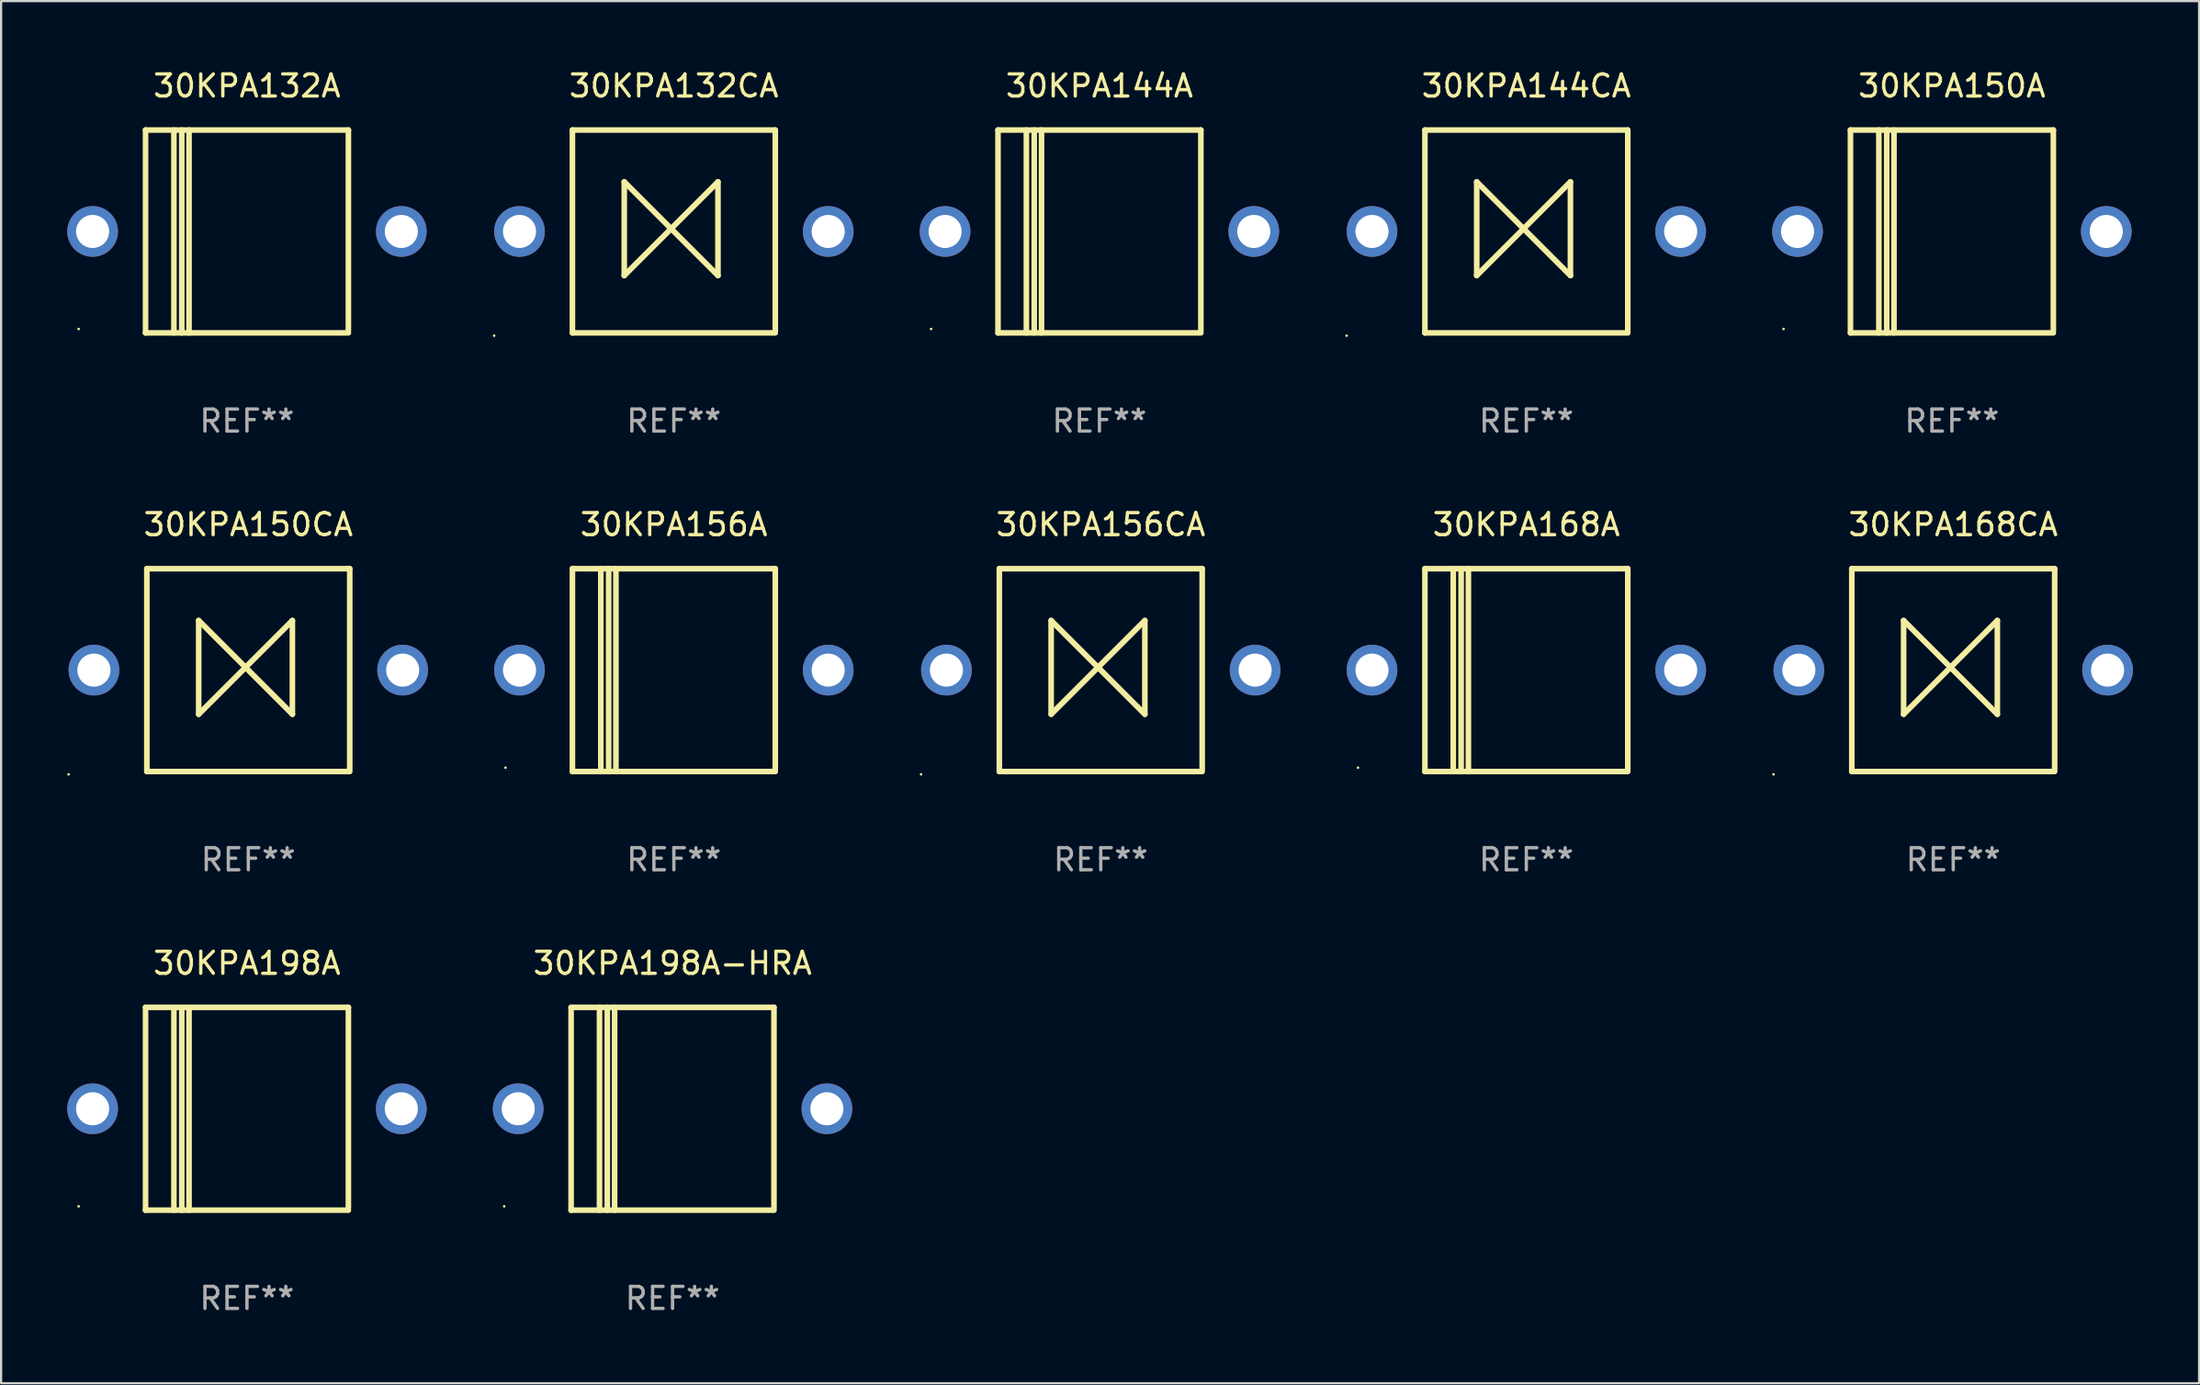
<source format=kicad_pcb>
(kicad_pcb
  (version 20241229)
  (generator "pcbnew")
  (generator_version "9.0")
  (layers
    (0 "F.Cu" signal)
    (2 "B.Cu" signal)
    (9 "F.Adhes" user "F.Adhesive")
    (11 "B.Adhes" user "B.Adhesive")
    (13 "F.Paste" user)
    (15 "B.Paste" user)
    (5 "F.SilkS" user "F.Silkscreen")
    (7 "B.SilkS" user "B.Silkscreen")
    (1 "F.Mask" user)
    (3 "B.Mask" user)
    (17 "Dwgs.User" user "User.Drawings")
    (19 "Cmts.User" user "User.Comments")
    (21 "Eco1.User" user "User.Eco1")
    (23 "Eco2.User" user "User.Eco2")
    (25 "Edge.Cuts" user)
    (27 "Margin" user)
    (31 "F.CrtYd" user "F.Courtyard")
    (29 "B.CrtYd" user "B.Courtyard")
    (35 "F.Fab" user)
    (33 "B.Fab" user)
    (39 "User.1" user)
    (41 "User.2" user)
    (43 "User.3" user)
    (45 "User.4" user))
  (footprint "30KPA132A"
    (layer "F.Cu")
    (at 8.15 7.448)
    (property "Reference" "30KPA132A" (at 0 -6.6 0) (layer "F.SilkS") (effects (font (size 1 1) (thickness 0.15))))
    (attr through_hole)
    (fp_line (start -4.6 -4.6) (end -4.6 4.6) (stroke (width 0.254) (type solid)) (layer "F.SilkS"))
    (fp_line (start -4.6 -4.6) (end 4.6 -4.6) (stroke (width 0.254) (type solid)) (layer "F.SilkS"))
    (fp_line (start -4.6 4.6) (end 4.6 4.6) (stroke (width 0.254) (type solid)) (layer "F.SilkS"))
    (fp_line (start -3.313 -4.6) (end -3.313 4.6) (stroke (width 0.254) (type solid)) (layer "F.SilkS"))
    (fp_line (start -2.957 -4.6) (end -2.957 4.6) (stroke (width 0.254) (type solid)) (layer "F.SilkS"))
    (fp_line (start -2.627 -4.6) (end -2.627 4.6) (stroke (width 0.254) (type solid)) (layer "F.SilkS"))
    (fp_line (start 4.6 -4.6) (end 4.6 4.5) (stroke (width 0.254) (type solid)) (layer "F.SilkS"))
    (fp_circle (center -7.635 4.425) (end -7.605 4.425) (stroke (width 0.06) (type solid)) (fill no) (layer "F.SilkS"))
    (fp_text user "REF**" (at 0 8.6 0) (layer "F.Fab") (effects (font (size 1 1) (thickness 0.15))))
    (pad "1" thru_hole circle (at -7 0) (size 2.3 2.3) (drill 1.5) (layers "*.Cu" "*.Mask"))
    (pad "2" thru_hole circle (at 7 0) (size 2.3 2.3) (drill 1.5) (layers "*.Cu" "*.Mask")))
  (footprint "30KPA144CA"
    (layer "F.Cu")
    (at 66.17 7.448)
    (property "Reference" "30KPA144CA" (at 0 -6.6 0) (layer "F.SilkS") (effects (font (size 1 1) (thickness 0.15))))
    (attr through_hole)
    (fp_line (start -4.6 -4.6) (end -4.6 4.6) (stroke (width 0.254) (type solid)) (layer "F.SilkS"))
    (fp_line (start -4.6 -4.6) (end 4.6 -4.6) (stroke (width 0.254) (type solid)) (layer "F.SilkS"))
    (fp_line (start -4.6 4.6) (end 4.6 4.6) (stroke (width 0.254) (type solid)) (layer "F.SilkS"))
    (fp_line (start -2.25 -2.25) (end -2.25 2) (stroke (width 0.254) (type solid)) (layer "F.SilkS"))
    (fp_line (start -2.25 2) (end 2 -2.25) (stroke (width 0.254) (type solid)) (layer "F.SilkS"))
    (fp_line (start 2 -2.25) (end 2 2) (stroke (width 0.254) (type solid)) (layer "F.SilkS"))
    (fp_line (start 2 2) (end -2.25 -2.25) (stroke (width 0.254) (type solid)) (layer "F.SilkS"))
    (fp_line (start 4.6 -4.6) (end 4.6 4.5) (stroke (width 0.254) (type solid)) (layer "F.SilkS"))
    (fp_circle (center -8.15 4.727) (end -8.12 4.727) (stroke (width 0.06) (type solid)) (fill no) (layer "F.SilkS"))
    (fp_text user "REF**" (at 0 8.6 0) (layer "F.Fab") (effects (font (size 1 1) (thickness 0.15))))
    (pad "1" thru_hole circle (at -7 0) (size 2.3 2.3) (drill 1.5) (layers "*.Cu" "*.Mask"))
    (pad "2" thru_hole circle (at 7 0) (size 2.3 2.3) (drill 1.5) (layers "*.Cu" "*.Mask")))
  (footprint "30KPA168CA"
    (layer "F.Cu")
    (at 85.53 27.345)
    (property "Reference" "30KPA168CA" (at 0 -6.6 0) (layer "F.SilkS") (effects (font (size 1 1) (thickness 0.15))))
    (attr through_hole)
    (fp_line (start -4.6 -4.6) (end -4.6 4.6) (stroke (width 0.254) (type solid)) (layer "F.SilkS"))
    (fp_line (start -4.6 -4.6) (end 4.6 -4.6) (stroke (width 0.254) (type solid)) (layer "F.SilkS"))
    (fp_line (start -4.6 4.6) (end 4.6 4.6) (stroke (width 0.254) (type solid)) (layer "F.SilkS"))
    (fp_line (start -2.25 -2.25) (end -2.25 2) (stroke (width 0.254) (type solid)) (layer "F.SilkS"))
    (fp_line (start -2.25 2) (end 2 -2.25) (stroke (width 0.254) (type solid)) (layer "F.SilkS"))
    (fp_line (start 2 -2.25) (end 2 2) (stroke (width 0.254) (type solid)) (layer "F.SilkS"))
    (fp_line (start 2 2) (end -2.25 -2.25) (stroke (width 0.254) (type solid)) (layer "F.SilkS"))
    (fp_line (start 4.6 -4.6) (end 4.6 4.5) (stroke (width 0.254) (type solid)) (layer "F.SilkS"))
    (fp_circle (center -8.15 4.727) (end -8.12 4.727) (stroke (width 0.06) (type solid)) (fill no) (layer "F.SilkS"))
    (fp_text user "REF**" (at 0 8.6 0) (layer "F.Fab") (effects (font (size 1 1) (thickness 0.15))))
    (pad "1" thru_hole circle (at -7 0) (size 2.3 2.3) (drill 1.5) (layers "*.Cu" "*.Mask"))
    (pad "2" thru_hole circle (at 7 0) (size 2.3 2.3) (drill 1.5) (layers "*.Cu" "*.Mask")))
  (footprint "30KPA156CA"
    (layer "F.Cu")
    (at 46.87 27.345)
    (property "Reference" "30KPA156CA" (at 0 -6.6 0) (layer "F.SilkS") (effects (font (size 1 1) (thickness 0.15))))
    (attr through_hole)
    (fp_line (start -4.6 -4.6) (end -4.6 4.6) (stroke (width 0.254) (type solid)) (layer "F.SilkS"))
    (fp_line (start -4.6 -4.6) (end 4.6 -4.6) (stroke (width 0.254) (type solid)) (layer "F.SilkS"))
    (fp_line (start -4.6 4.6) (end 4.6 4.6) (stroke (width 0.254) (type solid)) (layer "F.SilkS"))
    (fp_line (start -2.25 -2.25) (end -2.25 2) (stroke (width 0.254) (type solid)) (layer "F.SilkS"))
    (fp_line (start -2.25 2) (end 2 -2.25) (stroke (width 0.254) (type solid)) (layer "F.SilkS"))
    (fp_line (start 2 -2.25) (end 2 2) (stroke (width 0.254) (type solid)) (layer "F.SilkS"))
    (fp_line (start 2 2) (end -2.25 -2.25) (stroke (width 0.254) (type solid)) (layer "F.SilkS"))
    (fp_line (start 4.6 -4.6) (end 4.6 4.5) (stroke (width 0.254) (type solid)) (layer "F.SilkS"))
    (fp_circle (center -8.15 4.727) (end -8.12 4.727) (stroke (width 0.06) (type solid)) (fill no) (layer "F.SilkS"))
    (fp_text user "REF**" (at 0 8.6 0) (layer "F.Fab") (effects (font (size 1 1) (thickness 0.15))))
    (pad "1" thru_hole circle (at -7 0) (size 2.3 2.3) (drill 1.5) (layers "*.Cu" "*.Mask"))
    (pad "2" thru_hole circle (at 7 0) (size 2.3 2.3) (drill 1.5) (layers "*.Cu" "*.Mask")))
  (footprint "30KPA156A"
    (layer "F.Cu")
    (at 27.51 27.345)
    (property "Reference" "30KPA156A" (at 0 -6.6 0) (layer "F.SilkS") (effects (font (size 1 1) (thickness 0.15))))
    (attr through_hole)
    (fp_line (start -4.6 -4.6) (end -4.6 4.6) (stroke (width 0.254) (type solid)) (layer "F.SilkS"))
    (fp_line (start -4.6 -4.6) (end 4.6 -4.6) (stroke (width 0.254) (type solid)) (layer "F.SilkS"))
    (fp_line (start -4.6 4.6) (end 4.6 4.6) (stroke (width 0.254) (type solid)) (layer "F.SilkS"))
    (fp_line (start -3.313 -4.6) (end -3.313 4.6) (stroke (width 0.254) (type solid)) (layer "F.SilkS"))
    (fp_line (start -2.957 -4.6) (end -2.957 4.6) (stroke (width 0.254) (type solid)) (layer "F.SilkS"))
    (fp_line (start -2.627 -4.6) (end -2.627 4.6) (stroke (width 0.254) (type solid)) (layer "F.SilkS"))
    (fp_line (start 4.6 -4.6) (end 4.6 4.5) (stroke (width 0.254) (type solid)) (layer "F.SilkS"))
    (fp_circle (center -7.635 4.425) (end -7.605 4.425) (stroke (width 0.06) (type solid)) (fill no) (layer "F.SilkS"))
    (fp_text user "REF**" (at 0 8.6 0) (layer "F.Fab") (effects (font (size 1 1) (thickness 0.15))))
    (pad "1" thru_hole circle (at -7 0) (size 2.3 2.3) (drill 1.5) (layers "*.Cu" "*.Mask"))
    (pad "2" thru_hole circle (at 7 0) (size 2.3 2.3) (drill 1.5) (layers "*.Cu" "*.Mask")))
  (footprint "30KPA168A"
    (layer "F.Cu")
    (at 66.17 27.345)
    (property "Reference" "30KPA168A" (at 0 -6.6 0) (layer "F.SilkS") (effects (font (size 1 1) (thickness 0.15))))
    (attr through_hole)
    (fp_line (start -4.6 -4.6) (end -4.6 4.6) (stroke (width 0.254) (type solid)) (layer "F.SilkS"))
    (fp_line (start -4.6 -4.6) (end 4.6 -4.6) (stroke (width 0.254) (type solid)) (layer "F.SilkS"))
    (fp_line (start -4.6 4.6) (end 4.6 4.6) (stroke (width 0.254) (type solid)) (layer "F.SilkS"))
    (fp_line (start -3.313 -4.6) (end -3.313 4.6) (stroke (width 0.254) (type solid)) (layer "F.SilkS"))
    (fp_line (start -2.957 -4.6) (end -2.957 4.6) (stroke (width 0.254) (type solid)) (layer "F.SilkS"))
    (fp_line (start -2.627 -4.6) (end -2.627 4.6) (stroke (width 0.254) (type solid)) (layer "F.SilkS"))
    (fp_line (start 4.6 -4.6) (end 4.6 4.5) (stroke (width 0.254) (type solid)) (layer "F.SilkS"))
    (fp_circle (center -7.635 4.425) (end -7.605 4.425) (stroke (width 0.06) (type solid)) (fill no) (layer "F.SilkS"))
    (fp_text user "REF**" (at 0 8.6 0) (layer "F.Fab") (effects (font (size 1 1) (thickness 0.15))))
    (pad "1" thru_hole circle (at -7 0) (size 2.3 2.3) (drill 1.5) (layers "*.Cu" "*.Mask"))
    (pad "2" thru_hole circle (at 7 0) (size 2.3 2.3) (drill 1.5) (layers "*.Cu" "*.Mask")))
  (footprint "30KPA150A"
    (layer "F.Cu")
    (at 85.47 7.448)
    (property "Reference" "30KPA150A" (at 0 -6.6 0) (layer "F.SilkS") (effects (font (size 1 1) (thickness 0.15))))
    (attr through_hole)
    (fp_line (start -4.6 -4.6) (end -4.6 4.6) (stroke (width 0.254) (type solid)) (layer "F.SilkS"))
    (fp_line (start -4.6 -4.6) (end 4.6 -4.6) (stroke (width 0.254) (type solid)) (layer "F.SilkS"))
    (fp_line (start -4.6 4.6) (end 4.6 4.6) (stroke (width 0.254) (type solid)) (layer "F.SilkS"))
    (fp_line (start -3.313 -4.6) (end -3.313 4.6) (stroke (width 0.254) (type solid)) (layer "F.SilkS"))
    (fp_line (start -2.957 -4.6) (end -2.957 4.6) (stroke (width 0.254) (type solid)) (layer "F.SilkS"))
    (fp_line (start -2.627 -4.6) (end -2.627 4.6) (stroke (width 0.254) (type solid)) (layer "F.SilkS"))
    (fp_line (start 4.6 -4.6) (end 4.6 4.5) (stroke (width 0.254) (type solid)) (layer "F.SilkS"))
    (fp_circle (center -7.635 4.425) (end -7.605 4.425) (stroke (width 0.06) (type solid)) (fill no) (layer "F.SilkS"))
    (fp_text user "REF**" (at 0 8.6 0) (layer "F.Fab") (effects (font (size 1 1) (thickness 0.15))))
    (pad "1" thru_hole circle (at -7 0) (size 2.3 2.3) (drill 1.5) (layers "*.Cu" "*.Mask"))
    (pad "2" thru_hole circle (at 7 0) (size 2.3 2.3) (drill 1.5) (layers "*.Cu" "*.Mask")))
  (footprint "30KPA144A"
    (layer "F.Cu")
    (at 46.81 7.448)
    (property "Reference" "30KPA144A" (at 0 -6.6 0) (layer "F.SilkS") (effects (font (size 1 1) (thickness 0.15))))
    (attr through_hole)
    (fp_line (start -4.6 -4.6) (end -4.6 4.6) (stroke (width 0.254) (type solid)) (layer "F.SilkS"))
    (fp_line (start -4.6 -4.6) (end 4.6 -4.6) (stroke (width 0.254) (type solid)) (layer "F.SilkS"))
    (fp_line (start -4.6 4.6) (end 4.6 4.6) (stroke (width 0.254) (type solid)) (layer "F.SilkS"))
    (fp_line (start -3.313 -4.6) (end -3.313 4.6) (stroke (width 0.254) (type solid)) (layer "F.SilkS"))
    (fp_line (start -2.957 -4.6) (end -2.957 4.6) (stroke (width 0.254) (type solid)) (layer "F.SilkS"))
    (fp_line (start -2.627 -4.6) (end -2.627 4.6) (stroke (width 0.254) (type solid)) (layer "F.SilkS"))
    (fp_line (start 4.6 -4.6) (end 4.6 4.5) (stroke (width 0.254) (type solid)) (layer "F.SilkS"))
    (fp_circle (center -7.635 4.425) (end -7.605 4.425) (stroke (width 0.06) (type solid)) (fill no) (layer "F.SilkS"))
    (fp_text user "REF**" (at 0 8.6 0) (layer "F.Fab") (effects (font (size 1 1) (thickness 0.15))))
    (pad "1" thru_hole circle (at -7 0) (size 2.3 2.3) (drill 1.5) (layers "*.Cu" "*.Mask"))
    (pad "2" thru_hole circle (at 7 0) (size 2.3 2.3) (drill 1.5) (layers "*.Cu" "*.Mask")))
  (footprint "30KPA132CA"
    (layer "F.Cu")
    (at 27.51 7.448)
    (property "Reference" "30KPA132CA" (at 0 -6.6 0) (layer "F.SilkS") (effects (font (size 1 1) (thickness 0.15))))
    (attr through_hole)
    (fp_line (start -4.6 -4.6) (end -4.6 4.6) (stroke (width 0.254) (type solid)) (layer "F.SilkS"))
    (fp_line (start -4.6 -4.6) (end 4.6 -4.6) (stroke (width 0.254) (type solid)) (layer "F.SilkS"))
    (fp_line (start -4.6 4.6) (end 4.6 4.6) (stroke (width 0.254) (type solid)) (layer "F.SilkS"))
    (fp_line (start -2.25 -2.25) (end -2.25 2) (stroke (width 0.254) (type solid)) (layer "F.SilkS"))
    (fp_line (start -2.25 2) (end 2 -2.25) (stroke (width 0.254) (type solid)) (layer "F.SilkS"))
    (fp_line (start 2 -2.25) (end 2 2) (stroke (width 0.254) (type solid)) (layer "F.SilkS"))
    (fp_line (start 2 2) (end -2.25 -2.25) (stroke (width 0.254) (type solid)) (layer "F.SilkS"))
    (fp_line (start 4.6 -4.6) (end 4.6 4.5) (stroke (width 0.254) (type solid)) (layer "F.SilkS"))
    (fp_circle (center -8.15 4.727) (end -8.12 4.727) (stroke (width 0.06) (type solid)) (fill no) (layer "F.SilkS"))
    (fp_text user "REF**" (at 0 8.6 0) (layer "F.Fab") (effects (font (size 1 1) (thickness 0.15))))
    (pad "1" thru_hole circle (at -7 0) (size 2.3 2.3) (drill 1.5) (layers "*.Cu" "*.Mask"))
    (pad "2" thru_hole circle (at 7 0) (size 2.3 2.3) (drill 1.5) (layers "*.Cu" "*.Mask")))
  (footprint "30KPA150CA"
    (layer "F.Cu")
    (at 8.21 27.345)
    (property "Reference" "30KPA150CA" (at 0 -6.6 0) (layer "F.SilkS") (effects (font (size 1 1) (thickness 0.15))))
    (attr through_hole)
    (fp_line (start -4.6 -4.6) (end -4.6 4.6) (stroke (width 0.254) (type solid)) (layer "F.SilkS"))
    (fp_line (start -4.6 -4.6) (end 4.6 -4.6) (stroke (width 0.254) (type solid)) (layer "F.SilkS"))
    (fp_line (start -4.6 4.6) (end 4.6 4.6) (stroke (width 0.254) (type solid)) (layer "F.SilkS"))
    (fp_line (start -2.25 -2.25) (end -2.25 2) (stroke (width 0.254) (type solid)) (layer "F.SilkS"))
    (fp_line (start -2.25 2) (end 2 -2.25) (stroke (width 0.254) (type solid)) (layer "F.SilkS"))
    (fp_line (start 2 -2.25) (end 2 2) (stroke (width 0.254) (type solid)) (layer "F.SilkS"))
    (fp_line (start 2 2) (end -2.25 -2.25) (stroke (width 0.254) (type solid)) (layer "F.SilkS"))
    (fp_line (start 4.6 -4.6) (end 4.6 4.5) (stroke (width 0.254) (type solid)) (layer "F.SilkS"))
    (fp_circle (center -8.15 4.727) (end -8.12 4.727) (stroke (width 0.06) (type solid)) (fill no) (layer "F.SilkS"))
    (fp_text user "REF**" (at 0 8.6 0) (layer "F.Fab") (effects (font (size 1 1) (thickness 0.15))))
    (pad "1" thru_hole circle (at -7 0) (size 2.3 2.3) (drill 1.5) (layers "*.Cu" "*.Mask"))
    (pad "2" thru_hole circle (at 7 0) (size 2.3 2.3) (drill 1.5) (layers "*.Cu" "*.Mask")))
  (footprint "30KPA198A"
    (layer "F.Cu")
    (at 8.15 47.241)
    (property "Reference" "30KPA198A" (at 0 -6.6 0) (layer "F.SilkS") (effects (font (size 1 1) (thickness 0.15))))
    (attr through_hole)
    (fp_line (start -4.6 -4.6) (end -4.6 4.6) (stroke (width 0.254) (type solid)) (layer "F.SilkS"))
    (fp_line (start -4.6 -4.6) (end 4.6 -4.6) (stroke (width 0.254) (type solid)) (layer "F.SilkS"))
    (fp_line (start -4.6 4.6) (end 4.6 4.6) (stroke (width 0.254) (type solid)) (layer "F.SilkS"))
    (fp_line (start -3.313 -4.6) (end -3.313 4.6) (stroke (width 0.254) (type solid)) (layer "F.SilkS"))
    (fp_line (start -2.957 -4.6) (end -2.957 4.6) (stroke (width 0.254) (type solid)) (layer "F.SilkS"))
    (fp_line (start -2.627 -4.6) (end -2.627 4.6) (stroke (width 0.254) (type solid)) (layer "F.SilkS"))
    (fp_line (start 4.6 -4.6) (end 4.6 4.5) (stroke (width 0.254) (type solid)) (layer "F.SilkS"))
    (fp_circle (center -7.635 4.425) (end -7.605 4.425) (stroke (width 0.06) (type solid)) (fill no) (layer "F.SilkS"))
    (fp_text user "REF**" (at 0 8.6 0) (layer "F.Fab") (effects (font (size 1 1) (thickness 0.15))))
    (pad "1" thru_hole circle (at -7 0) (size 2.3 2.3) (drill 1.5) (layers "*.Cu" "*.Mask"))
    (pad "2" thru_hole circle (at 7 0) (size 2.3 2.3) (drill 1.5) (layers "*.Cu" "*.Mask")))
  (footprint "30KPA198A-HRA"
    (layer "F.Cu")
    (at 27.45 47.241)
    (property "Reference" "30KPA198A-HRA" (at 0 -6.6 0) (layer "F.SilkS") (effects (font (size 1 1) (thickness 0.15))))
    (attr through_hole)
    (fp_line (start -4.6 -4.6) (end -4.6 4.6) (stroke (width 0.254) (type solid)) (layer "F.SilkS"))
    (fp_line (start -4.6 -4.6) (end 4.6 -4.6) (stroke (width 0.254) (type solid)) (layer "F.SilkS"))
    (fp_line (start -4.6 4.6) (end 4.6 4.6) (stroke (width 0.254) (type solid)) (layer "F.SilkS"))
    (fp_line (start -3.313 -4.6) (end -3.313 4.6) (stroke (width 0.254) (type solid)) (layer "F.SilkS"))
    (fp_line (start -2.957 -4.6) (end -2.957 4.6) (stroke (width 0.254) (type solid)) (layer "F.SilkS"))
    (fp_line (start -2.627 -4.6) (end -2.627 4.6) (stroke (width 0.254) (type solid)) (layer "F.SilkS"))
    (fp_line (start 4.6 -4.6) (end 4.6 4.5) (stroke (width 0.254) (type solid)) (layer "F.SilkS"))
    (fp_circle (center -7.635 4.425) (end -7.605 4.425) (stroke (width 0.06) (type solid)) (fill no) (layer "F.SilkS"))
    (fp_text user "REF**" (at 0 8.6 0) (layer "F.Fab") (effects (font (size 1 1) (thickness 0.15))))
    (pad "1" thru_hole circle (at -7 0) (size 2.3 2.3) (drill 1.5) (layers "*.Cu" "*.Mask"))
    (pad "2" thru_hole circle (at 7 0) (size 2.3 2.3) (drill 1.5) (layers "*.Cu" "*.Mask")))
  (gr_rect
    (start -3 -3)
    (end 96.68 59.69)
    (stroke (width 0.1) (type default))
    (fill no)
    (layer "Edge.Cuts")))
</source>
